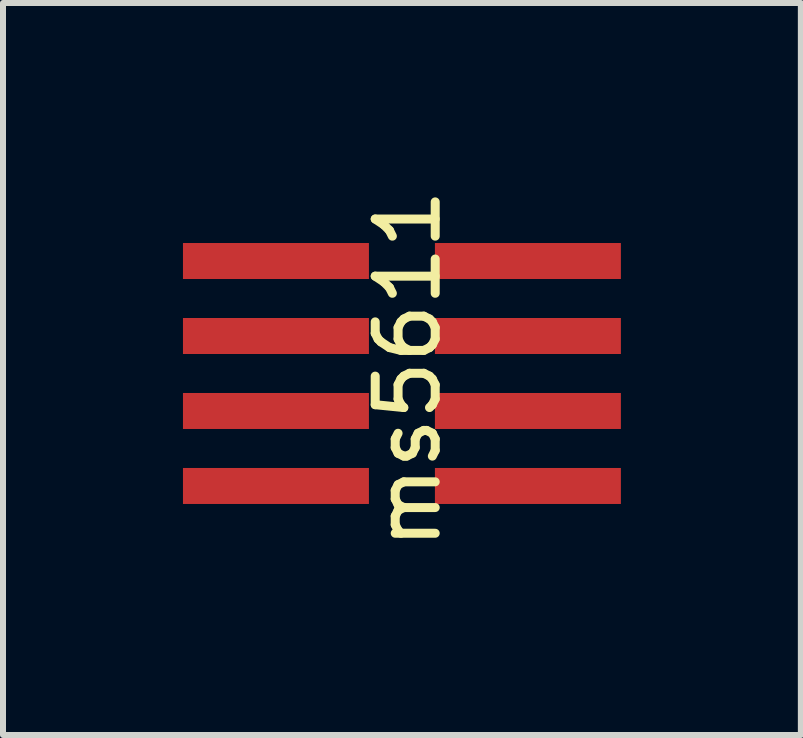
<source format=kicad_pcb>
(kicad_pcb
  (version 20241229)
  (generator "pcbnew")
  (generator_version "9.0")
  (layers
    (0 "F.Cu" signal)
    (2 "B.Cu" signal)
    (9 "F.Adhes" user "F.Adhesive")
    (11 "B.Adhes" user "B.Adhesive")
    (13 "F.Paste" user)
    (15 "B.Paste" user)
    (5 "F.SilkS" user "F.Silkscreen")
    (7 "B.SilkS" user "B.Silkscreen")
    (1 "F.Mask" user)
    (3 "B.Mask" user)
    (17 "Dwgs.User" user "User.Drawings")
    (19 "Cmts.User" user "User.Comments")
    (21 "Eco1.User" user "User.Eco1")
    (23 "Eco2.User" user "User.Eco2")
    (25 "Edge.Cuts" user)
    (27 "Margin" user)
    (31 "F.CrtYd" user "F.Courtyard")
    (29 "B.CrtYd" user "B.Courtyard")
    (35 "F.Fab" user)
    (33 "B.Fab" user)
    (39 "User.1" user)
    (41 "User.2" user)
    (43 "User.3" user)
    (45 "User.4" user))
  (footprint "ms5611"
    (layer "F.Cu")
    (at 3.65 1.301)
    (property "Reference" "ms5611" (at 0.1 1.8 90) (layer "F.SilkS") (effects (font (size 1 1) (thickness 0.15))))
    (attr through_hole)
    (pad "1" smd rect (at -2.1 0) (size 3.1 0.6) (layers "F.Cu" "F.Mask" "F.Paste"))
    (pad "2" smd rect (at -2.1 1.25) (size 3.1 0.6) (layers "F.Cu" "F.Mask" "F.Paste"))
    (pad "3" smd rect (at -2.1 2.5) (size 3.1 0.6) (layers "F.Cu" "F.Mask" "F.Paste"))
    (pad "4" smd rect (at -2.1 3.75) (size 3.1 0.6) (layers "F.Cu" "F.Mask" "F.Paste"))
    (pad "5" smd rect (at 2.1 3.75) (size 3.1 0.6) (layers "F.Cu" "F.Mask" "F.Paste"))
    (pad "6" smd rect (at 2.1 2.5) (size 3.1 0.6) (layers "F.Cu" "F.Mask" "F.Paste"))
    (pad "7" smd rect (at 2.1 1.25) (size 3.1 0.6) (layers "F.Cu" "F.Mask" "F.Paste"))
    (pad "8" smd rect (at 2.1 0) (size 3.1 0.6) (layers "F.Cu" "F.Mask" "F.Paste")))
  (gr_rect
    (start -3 -3)
    (end 10.3 9.202)
    (stroke (width 0.1) (type default))
    (fill no)
    (layer "Edge.Cuts")))
</source>
